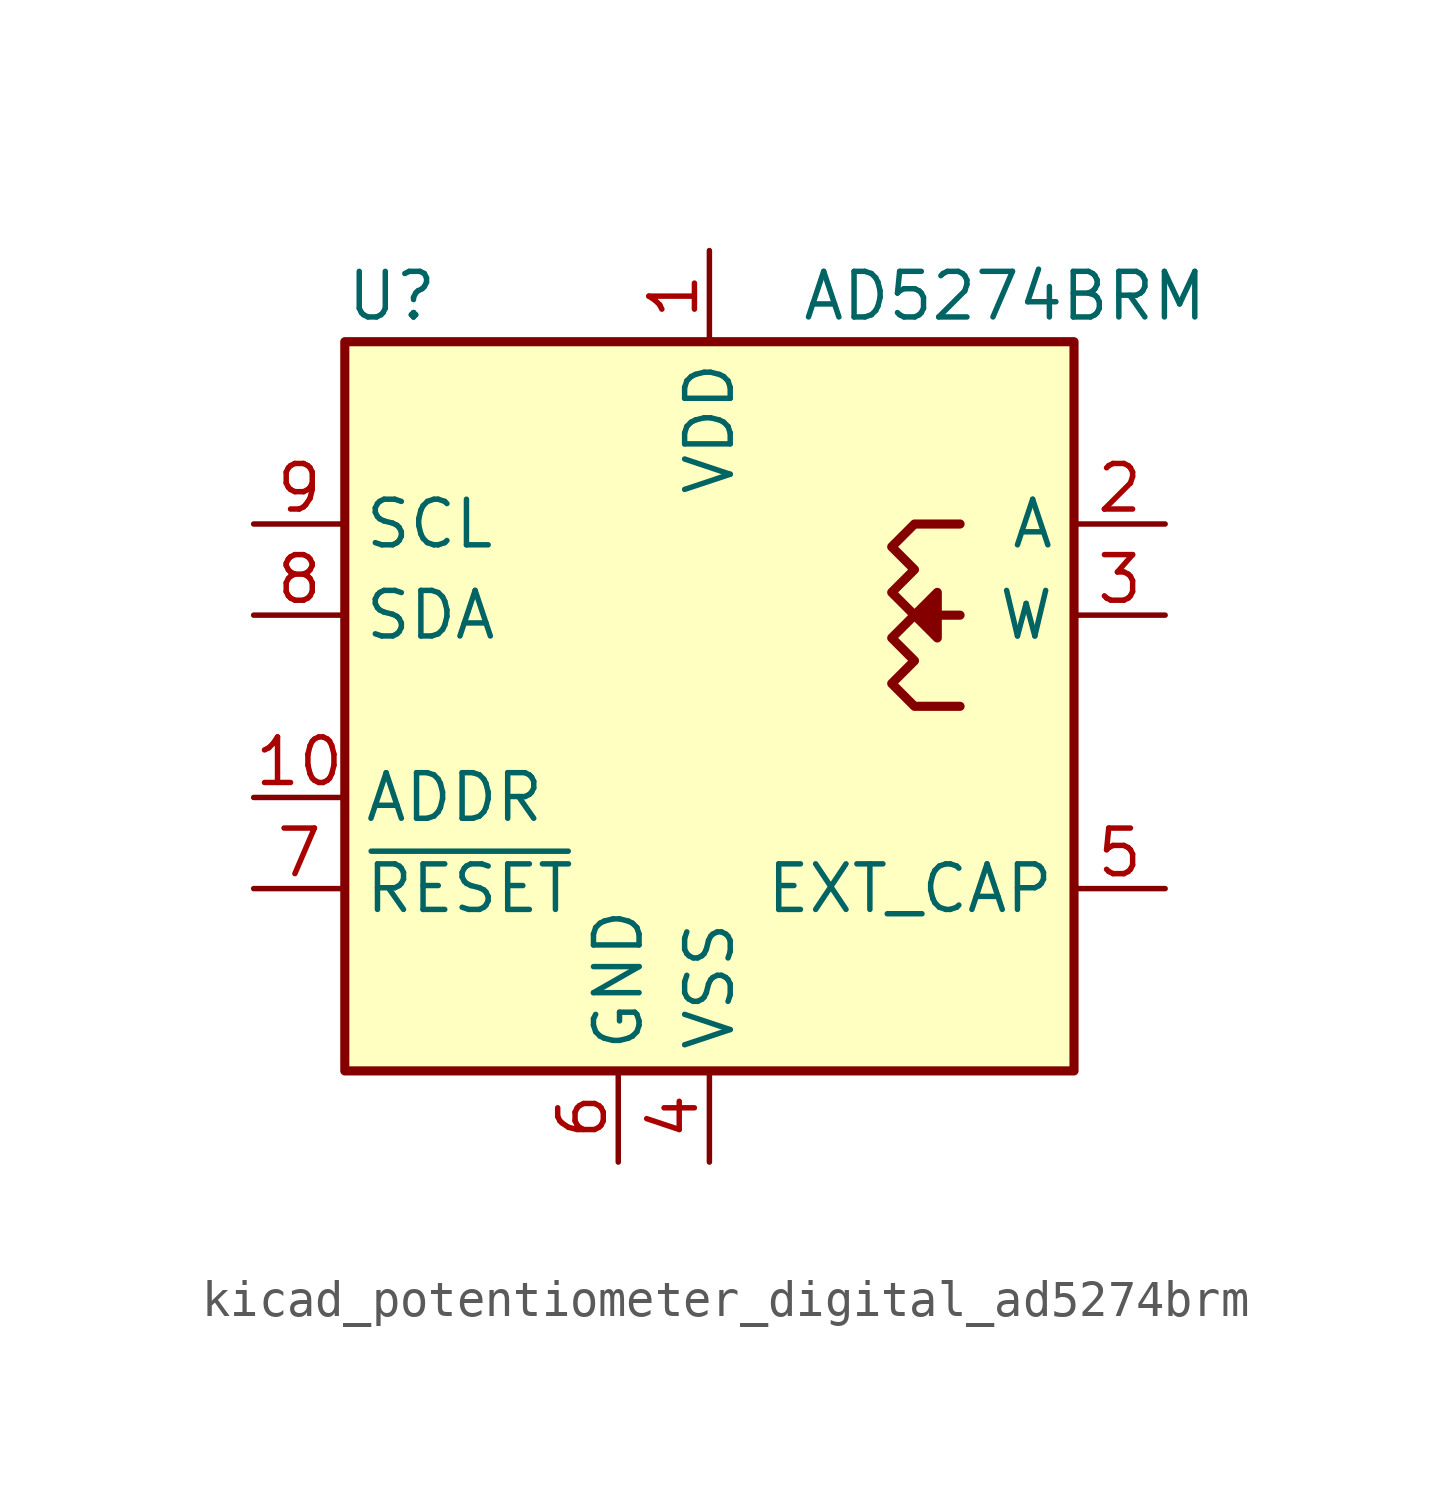
<source format=kicad_sym>
(kicad_symbol_lib
  (version 20220914)
  (generator kicad_symbol_editor)
  (symbol "kicad_potentiometer_digital_ad5274brm"
    (property "Reference" "U"
      (at -10.16 11.43 0)
      (effects (font (size 1.27 1.27)) (justify left)))
    (property "Value" "AD5274BRM"
      (at 2.54 11.43 0)
      (effects (font (size 1.27 1.27)) (justify left)))
    (symbol "kicad_potentiometer_digital_ad5274brm_0_1"
      (rectangle (start -10.16 10.16) (end 10.16 -10.16) (stroke (width 0.254) (type default)) (fill (type background)))
      (polyline (pts (xy 6.985 2.54) (xy 6.35 2.54) (xy 5.715 2.54) (xy 6.35 3.175) (xy 6.35 1.905) (xy 5.715 2.54)) (stroke (width 0.254) (type default)) (fill (type outline)))
      (polyline (pts (xy 6.985 5.08) (xy 5.715 5.08) (xy 5.08 4.445) (xy 5.715 3.81) (xy 5.08 3.175) (xy 5.715 2.54) (xy 5.08 1.905) (xy 5.715 1.27) (xy 5.08 0.635) (xy 5.715 0) (xy 6.985 0)) (stroke (width 0.254) (type default)) (fill (type none))))
    (symbol "kicad_potentiometer_digital_ad5274brm_1_1"
      (pin power_in line (at 0 12.7 270) (length 2.54) (name "VDD" (effects (font (size 1.27 1.27)))) (number "1" (effects (font (size 1.27 1.27)))))
      (pin passive line (at -12.7 -2.54 0) (length 2.54) (name "ADDR" (effects (font (size 1.27 1.27)))) (number "10" (effects (font (size 1.27 1.27)))))
      (pin passive line (at 12.7 5.08 180) (length 2.54) (name "A" (effects (font (size 1.27 1.27)))) (number "2" (effects (font (size 1.27 1.27)))))
      (pin passive line (at 12.7 2.54 180) (length 2.54) (name "W" (effects (font (size 1.27 1.27)))) (number "3" (effects (font (size 1.27 1.27)))))
      (pin power_in line (at 0 -12.7 90) (length 2.54) (name "VSS" (effects (font (size 1.27 1.27)))) (number "4" (effects (font (size 1.27 1.27)))))
      (pin passive line (at 12.7 -5.08 180) (length 2.54) (name "EXT_CAP" (effects (font (size 1.27 1.27)))) (number "5" (effects (font (size 1.27 1.27)))))
      (pin power_in line (at -2.54 -12.7 90) (length 2.54) (name "GND" (effects (font (size 1.27 1.27)))) (number "6" (effects (font (size 1.27 1.27)))))
      (pin input line (at -12.7 -5.08 0) (length 2.54) (name "~{RESET}" (effects (font (size 1.27 1.27)))) (number "7" (effects (font (size 1.27 1.27)))))
      (pin bidirectional line (at -12.7 2.54 0) (length 2.54) (name "SDA" (effects (font (size 1.27 1.27)))) (number "8" (effects (font (size 1.27 1.27)))))
      (pin input line (at -12.7 5.08 0) (length 2.54) (name "SCL" (effects (font (size 1.27 1.27)))) (number "9" (effects (font (size 1.27 1.27))))))))
</source>
